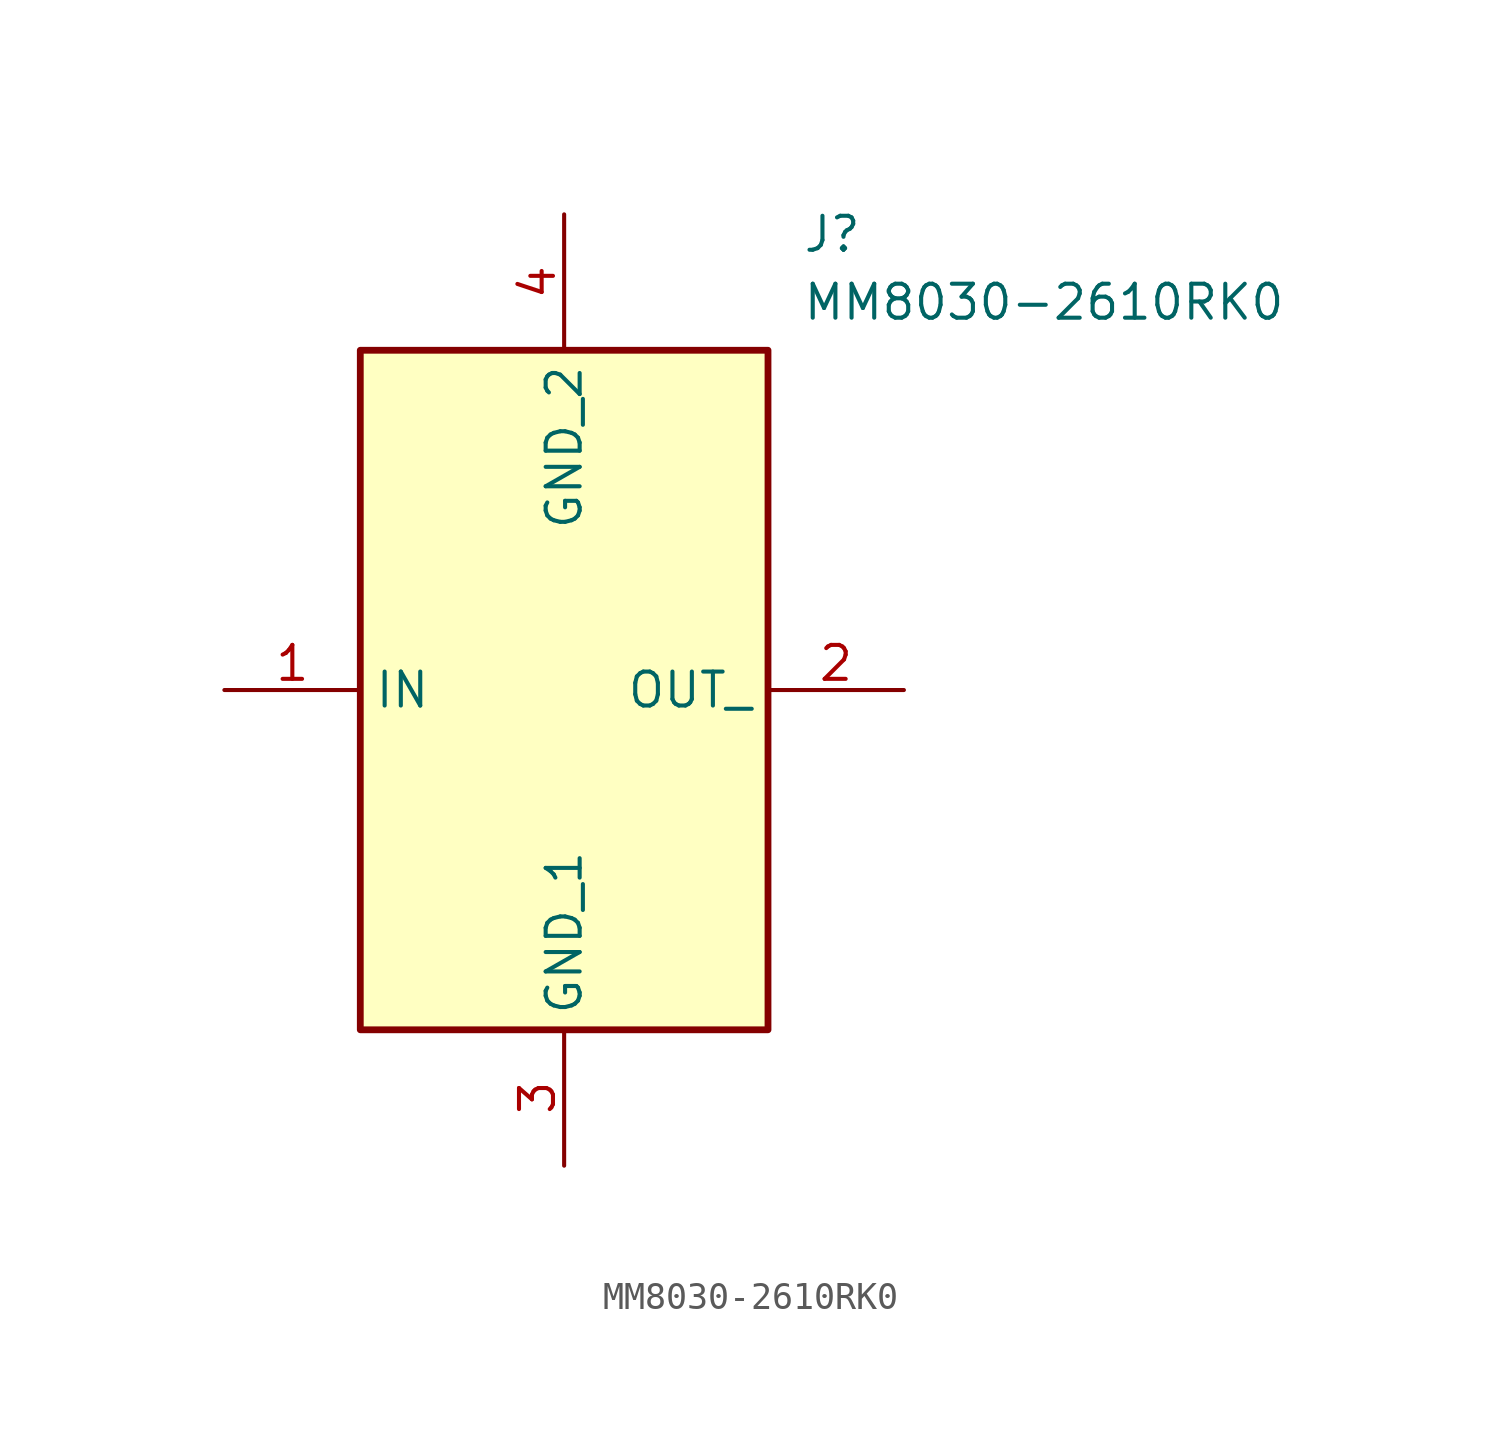
<source format=kicad_sym>
(kicad_symbol_lib
  (version 20231120)
  (generator "kicad_symbol_editor")
  (generator_version "8.0")
  (symbol "MM8030-2610RK0"
    (property "Reference" "J"
      (at 21.59 17.78 0)
      (effects (font (size 1.27 1.27)) (justify left top)))
    (property "Value" "MM8030-2610RK0"
      (at 21.59 15.24 0)
      (effects (font (size 1.27 1.27)) (justify left top)))
    (symbol "MM8030-2610RK0_1_1"
      (rectangle (start 5.08 12.7) (end 20.32 -12.7) (stroke (width 0.254) (type default)) (fill (type background)))
      (pin passive line (at 0 0 0) (length 5.08) (name "IN" (effects (font (size 1.27 1.27)))) (number "1" (effects (font (size 1.27 1.27)))))
      (pin passive line (at 25.4 0 180) (length 5.08) (name "OUT_" (effects (font (size 1.27 1.27)))) (number "2" (effects (font (size 1.27 1.27)))))
      (pin passive line (at 12.7 -17.78 90) (length 5.08) (name "GND_1" (effects (font (size 1.27 1.27)))) (number "3" (effects (font (size 1.27 1.27)))))
      (pin passive line (at 12.7 17.78 270) (length 5.08) (name "GND_2" (effects (font (size 1.27 1.27)))) (number "4" (effects (font (size 1.27 1.27))))))))
</source>
